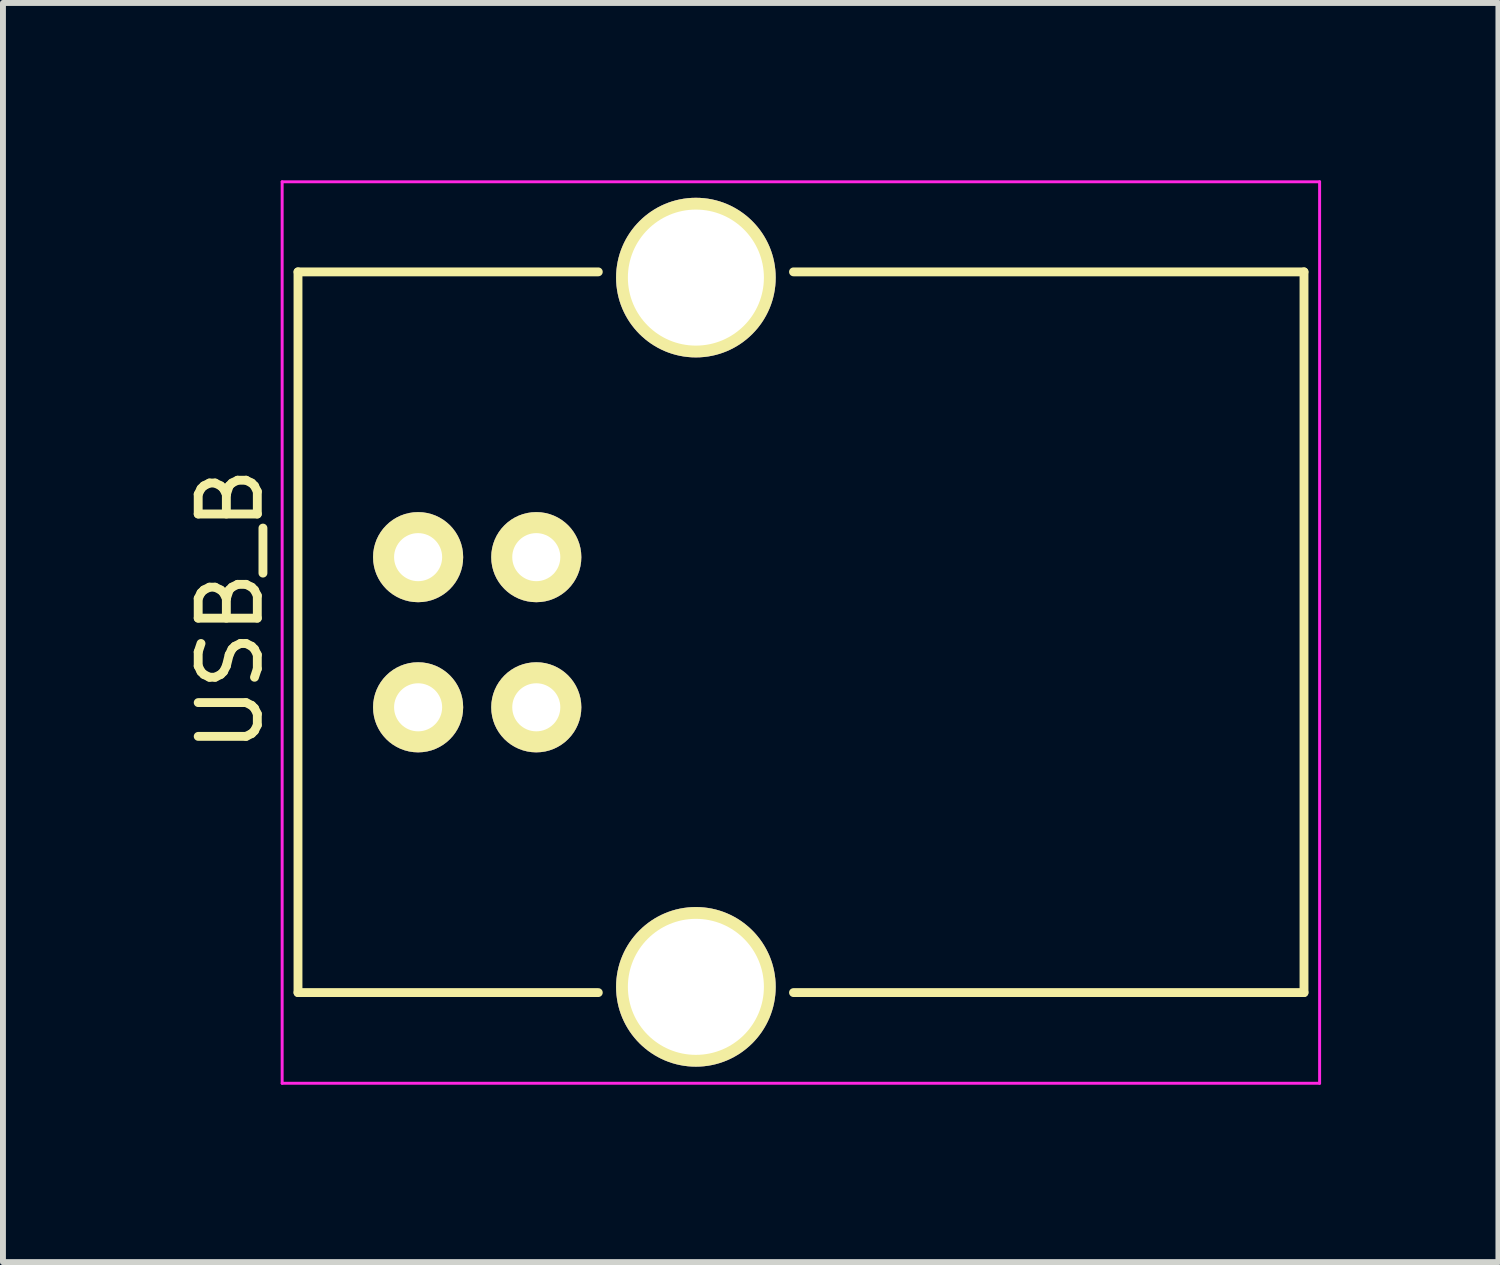
<source format=kicad_pcb>
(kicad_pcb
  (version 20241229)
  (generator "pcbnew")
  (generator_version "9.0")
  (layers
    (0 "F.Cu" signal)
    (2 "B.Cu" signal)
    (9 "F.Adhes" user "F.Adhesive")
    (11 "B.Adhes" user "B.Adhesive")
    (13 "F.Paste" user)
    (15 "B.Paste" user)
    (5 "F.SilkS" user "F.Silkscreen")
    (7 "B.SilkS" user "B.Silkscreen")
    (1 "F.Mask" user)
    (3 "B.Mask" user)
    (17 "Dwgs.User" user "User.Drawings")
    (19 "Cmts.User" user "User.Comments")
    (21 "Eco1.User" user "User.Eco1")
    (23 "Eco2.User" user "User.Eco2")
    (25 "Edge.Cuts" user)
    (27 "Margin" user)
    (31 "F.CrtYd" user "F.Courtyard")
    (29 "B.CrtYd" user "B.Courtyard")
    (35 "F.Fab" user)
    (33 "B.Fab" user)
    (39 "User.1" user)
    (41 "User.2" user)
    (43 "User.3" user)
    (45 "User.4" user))
  (footprint "USB_B"
    (layer "F.Cu")
    (at 8.722 7.645)
    (property "Reference" "USB_B" (at -7.874 -0.381 90) (layer "F.SilkS") (effects (font (size 1 1) (thickness 0.15))))
    (attr through_hole)
    (fp_line (start -6.731 -6.096) (end -1.651 -6.096) (stroke (width 0.15) (type solid)) (layer "F.SilkS"))
    (fp_line (start -6.731 6.096) (end -6.731 -6.096) (stroke (width 0.15) (type solid)) (layer "F.SilkS"))
    (fp_line (start -6.731 6.096) (end -1.651 6.096) (stroke (width 0.15) (type solid)) (layer "F.SilkS"))
    (fp_line (start 1.651 -6.096) (end 10.287 -6.096) (stroke (width 0.15) (type solid)) (layer "F.SilkS"))
    (fp_line (start 1.651 6.096) (end 10.287 6.096) (stroke (width 0.15) (type solid)) (layer "F.SilkS"))
    (fp_line (start 10.287 -6.096) (end 10.287 6.096) (stroke (width 0.15) (type solid)) (layer "F.SilkS"))
    (fp_line (start -6.999 -7.62) (end 10.551 -7.62) (stroke (width 0.05) (type solid)) (layer "F.CrtYd"))
    (fp_line (start -6.999 7.63) (end -6.999 -7.62) (stroke (width 0.05) (type solid)) (layer "F.CrtYd"))
    (fp_line (start 10.551 -7.62) (end 10.551 7.63) (stroke (width 0.05) (type solid)) (layer "F.CrtYd"))
    (fp_line (start 10.551 7.63) (end -6.999 7.63) (stroke (width 0.05) (type solid)) (layer "F.CrtYd"))
    (pad "1" thru_hole circle (at -4.699 -1.27 270) (size 1.524 1.524) (drill 0.813) (layers "*.Cu" "*.Mask" "F.SilkS"))
    (pad "2" thru_hole circle (at -4.699 1.27 270) (size 1.524 1.524) (drill 0.813) (layers "*.Cu" "*.Mask" "F.SilkS"))
    (pad "3" thru_hole circle (at -2.7 1.27 270) (size 1.524 1.524) (drill 0.813) (layers "*.Cu" "*.Mask" "F.SilkS"))
    (pad "4" thru_hole circle (at -2.7 -1.27 270) (size 1.524 1.524) (drill 0.813) (layers "*.Cu" "*.Mask" "F.SilkS"))
    (pad "5" thru_hole circle (at 0 -5.999 270) (size 2.7 2.7) (drill 2.301) (layers "*.Cu" "*.Mask" "F.SilkS"))
    (pad "5" thru_hole circle (at 0 5.999 270) (size 2.7 2.7) (drill 2.301) (layers "*.Cu" "*.Mask" "F.SilkS")))
  (gr_rect
    (start -3 -3)
    (end 22.298 18.3)
    (stroke (width 0.1) (type default))
    (fill no)
    (layer "Edge.Cuts")))
</source>
